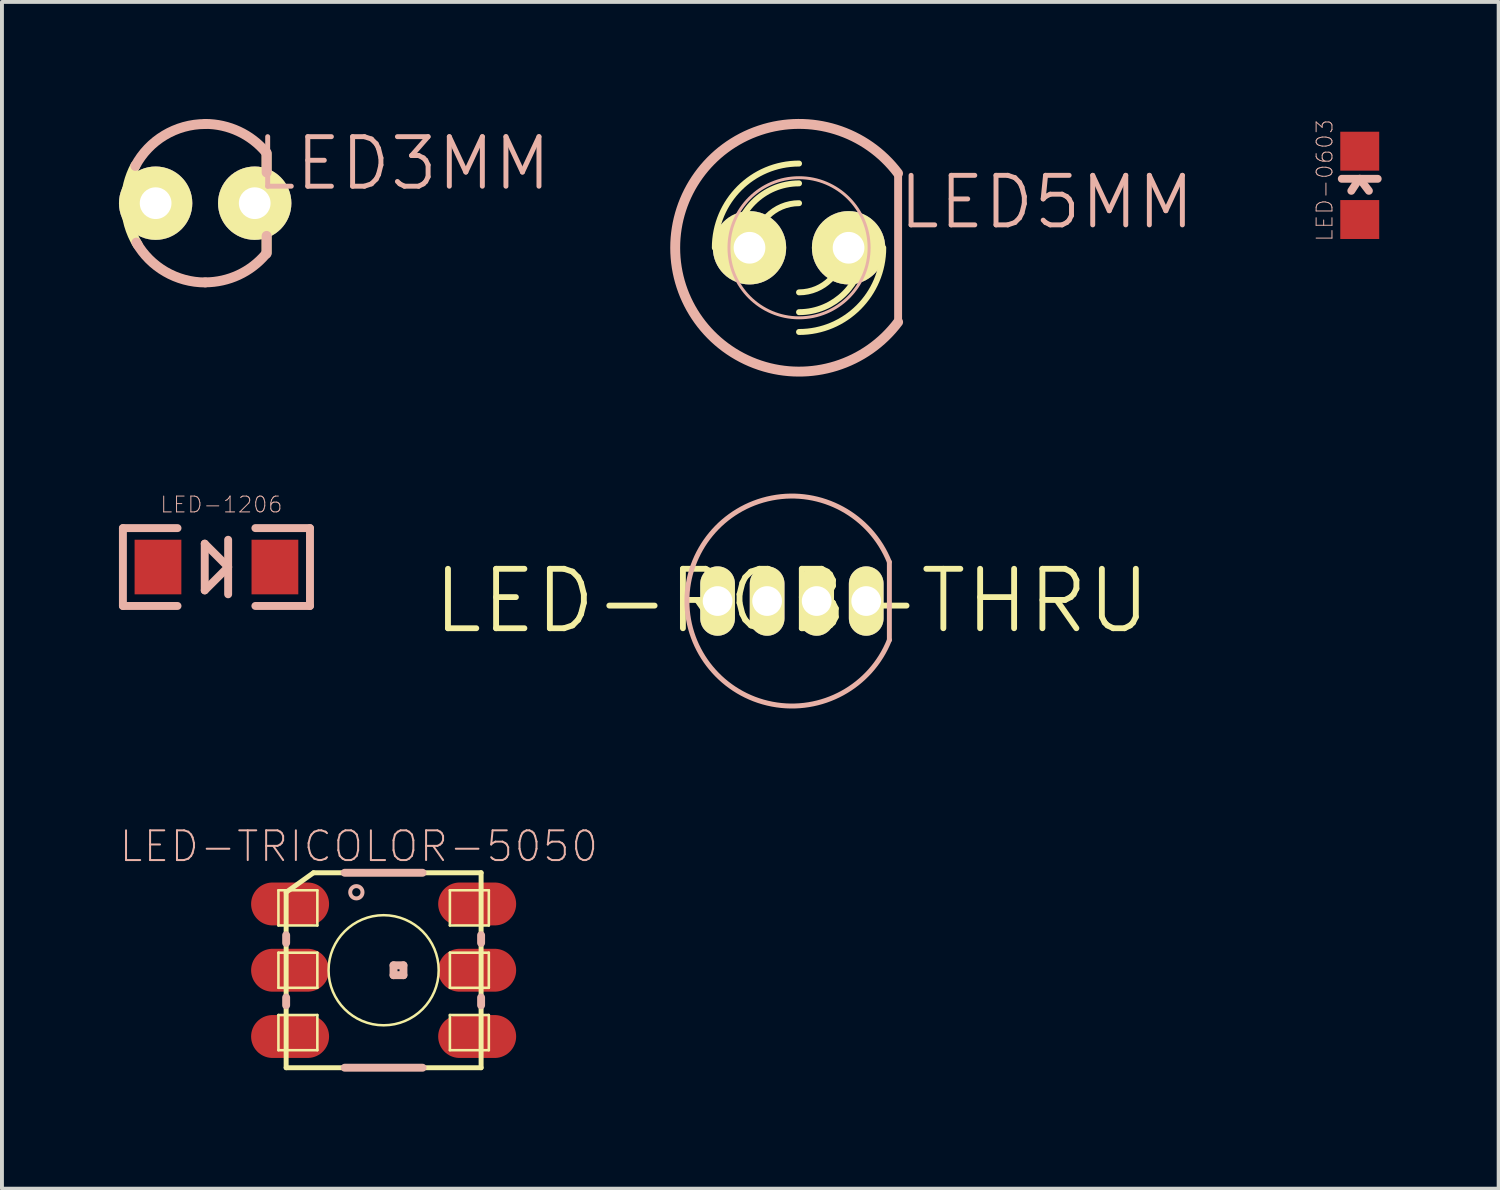
<source format=kicad_pcb>
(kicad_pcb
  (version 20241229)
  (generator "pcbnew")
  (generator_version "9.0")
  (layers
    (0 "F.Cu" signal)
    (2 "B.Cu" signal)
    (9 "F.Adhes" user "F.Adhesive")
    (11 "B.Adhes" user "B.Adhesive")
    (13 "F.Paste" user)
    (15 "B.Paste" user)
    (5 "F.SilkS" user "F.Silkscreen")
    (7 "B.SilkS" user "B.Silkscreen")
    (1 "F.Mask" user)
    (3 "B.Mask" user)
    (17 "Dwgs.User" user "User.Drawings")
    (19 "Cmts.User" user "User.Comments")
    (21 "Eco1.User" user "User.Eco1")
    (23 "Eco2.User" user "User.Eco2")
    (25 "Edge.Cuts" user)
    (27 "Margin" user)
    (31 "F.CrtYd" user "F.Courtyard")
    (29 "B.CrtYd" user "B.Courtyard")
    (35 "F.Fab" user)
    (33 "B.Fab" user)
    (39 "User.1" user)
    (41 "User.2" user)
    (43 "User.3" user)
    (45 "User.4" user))
  (footprint "LED-0603"
    (layer "F.Cu")
    (at 31.81 1.702)
    (property "Reference" "LED-0603" (at -0.899 -0.127 90) (layer "B.SilkS") (effects (font (size 0.406 0.406) (thickness 0.025))))
    (attr smd)
    (fp_line (start -0.46 -0.168) (end 0 -0.168) (stroke (width 0.203) (type solid)) (layer "B.SilkS"))
    (fp_line (start -0.025 -0.152) (end -0.216 0.14) (stroke (width 0.203) (type solid)) (layer "B.SilkS"))
    (fp_line (start 0 -0.168) (end 0.234 0.14) (stroke (width 0.203) (type solid)) (layer "B.SilkS"))
    (fp_line (start 0.46 -0.168) (end 0 -0.168) (stroke (width 0.203) (type solid)) (layer "B.SilkS"))
    (pad "A" smd rect (at 0 0.876) (size 0.998 0.998) (layers "F.Cu" "F.Mask" "F.Paste"))
    (pad "C" smd rect (at 0 -0.876) (size 0.998 0.998) (layers "F.Cu" "F.Mask" "F.Paste")))
  (footprint "LED3MM"
    (layer "F.Cu")
    (at 2.21 2.159)
    (property "Reference" "LED3MM" (at 5.08 -1.016 0) (layer "B.SilkS") (effects (font (size 1.27 1.27) (thickness 0.127))))
    (attr exclude_from_pos_files exclude_from_bom)
    (fp_line (start 1.575 1.27) (end 1.575 -1.27) (stroke (width 0.254) (type solid)) (layer "F.SilkS"))
    (fp_arc (start -2.032 0) (mid -1.970347 -0.496745) (end -1.78913 -0.963347) (stroke (width 0.254) (type solid)) (layer "F.SilkS"))
    (fp_arc (start -1.72974 1.06426) (mid -1.954164 0.553076) (end -2.030923 0.0001) (stroke (width 0.254) (type solid)) (layer "F.SilkS"))
    (fp_line (start 1.575 -1.293) (end 1.575 -0.787) (stroke (width 0.254) (type solid)) (layer "B.SilkS"))
    (fp_line (start 1.575 1.293) (end 1.575 0.838) (stroke (width 0.254) (type solid)) (layer "B.SilkS"))
    (fp_arc (start -1.7907 -0.95504) (mid -1.044567 -1.739997) (end -0.000975 -2.02946) (stroke (width 0.254) (type solid)) (layer "B.SilkS"))
    (fp_arc (start 0 -2.032) (mid 0.860367 -1.840867) (end 1.55888 -1.303426) (stroke (width 0.254) (type solid)) (layer "B.SilkS"))
    (fp_arc (start 0 2.032) (mid -1.01907 1.757988) (end -1.763299 1.009851) (stroke (width 0.254) (type solid)) (layer "B.SilkS"))
    (fp_arc (start 1.5494 1.31064) (mid 0.855154 1.840416) (end 0.002552 2.029387) (stroke (width 0.254) (type solid)) (layer "B.SilkS"))
    (pad "A" thru_hole circle (at -1.27 0) (size 1.88 1.88) (drill 0.813) (layers "*.Cu" "F.Mask" "F.SilkS" "F.Paste"))
    (pad "K" thru_hole circle (at 1.27 0) (size 1.88 1.88) (drill 0.813) (layers "*.Cu" "F.Mask" "F.SilkS" "F.Paste")))
  (footprint "LED5MM"
    (layer "F.Cu")
    (at 17.435 3.302)
    (property "Reference" "LED5MM" (at 6.35 -1.168 0) (layer "B.SilkS") (effects (font (size 1.27 1.27) (thickness 0.127))))
    (attr exclude_from_pos_files exclude_from_bom)
    (fp_arc (start -2.159 0) (mid -1.526644 -1.526644) (end 0 -2.159) (stroke (width 0.1524) (type solid)) (layer "F.SilkS"))
    (fp_arc (start -1.651 0) (mid -1.167433 -1.167433) (end 0 -1.651) (stroke (width 0.1524) (type solid)) (layer "F.SilkS"))
    (fp_arc (start -1.143 0) (mid -0.808223 -0.808223) (end 0 -1.143) (stroke (width 0.1524) (type solid)) (layer "F.SilkS"))
    (fp_arc (start 1.143 0) (mid 0.808223 0.808223) (end 0 1.143) (stroke (width 0.1524) (type solid)) (layer "F.SilkS"))
    (fp_arc (start 1.651 0) (mid 1.167433 1.167433) (end 0 1.651) (stroke (width 0.1524) (type solid)) (layer "F.SilkS"))
    (fp_arc (start 2.159 0) (mid 1.526644 1.526644) (end 0 2.159) (stroke (width 0.1524) (type solid)) (layer "F.SilkS"))
    (fp_line (start 2.54 1.905) (end 2.54 -1.905) (stroke (width 0.203) (type solid)) (layer "B.SilkS"))
    (fp_arc (start 2.54 1.905) (mid -3.175 0.001668) (end 2.537997 -1.907668) (stroke (width 0.254) (type solid)) (layer "B.SilkS"))
    (fp_circle (center 0 0) (end -1.27 1.27) (stroke (width 0.076) (type solid)) (fill no) (layer "B.SilkS"))
    (pad "A" thru_hole circle (at -1.27 0) (size 1.88 1.88) (drill 0.813) (layers "*.Cu" "F.Mask" "F.SilkS" "F.Paste"))
    (pad "K" thru_hole circle (at 1.27 0) (size 1.88 1.88) (drill 0.813) (layers "*.Cu" "F.Mask" "F.SilkS" "F.Paste")))
  (footprint "LED-1206"
    (layer "F.Cu")
    (at 2.499 11.487)
    (property "Reference" "LED-1206" (at 0.127 -1.6 0) (layer "B.SilkS") (effects (font (size 0.406 0.406) (thickness 0.025))))
    (attr smd)
    (fp_line (start -2.398 -0.998) (end -2.398 0.998) (stroke (width 0.203) (type solid)) (layer "B.SilkS"))
    (fp_line (start -2.398 0.998) (end -0.998 0.998) (stroke (width 0.203) (type solid)) (layer "B.SilkS"))
    (fp_line (start -0.998 -0.998) (end -2.398 -0.998) (stroke (width 0.203) (type solid)) (layer "B.SilkS"))
    (fp_line (start -0.3 -0.599) (end -0.3 0.599) (stroke (width 0.203) (type solid)) (layer "B.SilkS"))
    (fp_line (start -0.3 0.599) (end 0.3 0) (stroke (width 0.203) (type solid)) (layer "B.SilkS"))
    (fp_line (start 0.3 -0.699) (end 0.3 0) (stroke (width 0.203) (type solid)) (layer "B.SilkS"))
    (fp_line (start 0.3 0) (end -0.3 -0.599) (stroke (width 0.203) (type solid)) (layer "B.SilkS"))
    (fp_line (start 0.3 0) (end 0.3 0.699) (stroke (width 0.203) (type solid)) (layer "B.SilkS"))
    (fp_line (start 0.998 -0.998) (end 2.398 -0.998) (stroke (width 0.203) (type solid)) (layer "B.SilkS"))
    (fp_line (start 2.398 -0.998) (end 2.398 0.998) (stroke (width 0.203) (type solid)) (layer "B.SilkS"))
    (fp_line (start 2.398 0.998) (end 0.998 0.998) (stroke (width 0.203) (type solid)) (layer "B.SilkS"))
    (pad "A" smd rect (at -1.499 0) (size 1.199 1.4) (layers "F.Cu" "F.Mask" "F.Paste"))
    (pad "C" smd rect (at 1.499 0) (size 1.199 1.4) (layers "F.Cu" "F.Mask" "F.Paste")))
  (footprint "LED-RGB-THRU"
    (layer "F.Cu")
    (at 17.252 12.359)
    (property "Reference" "LED-RGB-THRU" (at 0 0 0) (layer "F.SilkS") (effects (font (size 1.524 1.524) (thickness 0.15))))
    (attr exclude_from_pos_files exclude_from_bom)
    (fp_line (start 2.499 0.998) (end 2.499 -0.998) (stroke (width 0.127) (type solid)) (layer "B.SilkS"))
    (fp_arc (start 2.49936 0.99822) (mid -2.691325 0.003698) (end 2.496608 -1.005084) (stroke (width 0.127) (type solid)) (layer "B.SilkS"))
    (pad "1" thru_hole oval (at 1.905 0 180) (size 0.889 1.778) (drill 0.762) (layers "*.Cu" "F.Mask" "F.SilkS" "F.Paste"))
    (pad "2" thru_hole oval (at 0.635 0 180) (size 0.889 1.778) (drill 0.762) (layers "*.Cu" "F.Mask" "F.SilkS" "F.Paste"))
    (pad "3" thru_hole oval (at -0.635 0 180) (size 0.889 1.778) (drill 0.762) (layers "*.Cu" "F.Mask" "F.SilkS" "F.Paste"))
    (pad "4" thru_hole oval (at -1.905 0 180) (size 0.889 1.778) (drill 0.762) (layers "*.Cu" "F.Mask" "F.SilkS" "F.Paste")))
  (footprint "LED-TRICOLOR-5050"
    (layer "F.Cu")
    (at 6.785 21.824)
    (property "Reference" "LED-TRICOLOR-5050" (at -0.635 -3.175 0) (layer "B.SilkS") (effects (font (size 0.762 0.762) (thickness 0.051))))
    (attr smd)
    (fp_line (start -2.697 -2.05) (end -1.699 -2.05) (stroke (width 0.066) (type solid)) (layer "F.SilkS"))
    (fp_line (start -2.697 -1.148) (end -2.697 -2.05) (stroke (width 0.066) (type solid)) (layer "F.SilkS"))
    (fp_line (start -2.697 -1.148) (end -1.699 -1.148) (stroke (width 0.066) (type solid)) (layer "F.SilkS"))
    (fp_line (start -2.697 -0.45) (end -1.699 -0.45) (stroke (width 0.066) (type solid)) (layer "F.SilkS"))
    (fp_line (start -2.697 0.45) (end -2.697 -0.45) (stroke (width 0.066) (type solid)) (layer "F.SilkS"))
    (fp_line (start -2.697 0.45) (end -1.699 0.45) (stroke (width 0.066) (type solid)) (layer "F.SilkS"))
    (fp_line (start -2.697 1.148) (end -1.699 1.148) (stroke (width 0.066) (type solid)) (layer "F.SilkS"))
    (fp_line (start -2.697 2.05) (end -2.697 1.148) (stroke (width 0.066) (type solid)) (layer "F.SilkS"))
    (fp_line (start -2.697 2.05) (end -1.699 2.05) (stroke (width 0.066) (type solid)) (layer "F.SilkS"))
    (fp_line (start -2.499 -1.999) (end -1.798 -2.499) (stroke (width 0.127) (type solid)) (layer "F.SilkS"))
    (fp_line (start -2.499 2.499) (end -2.499 -1.999) (stroke (width 0.127) (type solid)) (layer "F.SilkS"))
    (fp_line (start -1.798 -2.499) (end 2.499 -2.499) (stroke (width 0.127) (type solid)) (layer "F.SilkS"))
    (fp_line (start -1.699 -1.148) (end -1.699 -2.05) (stroke (width 0.066) (type solid)) (layer "F.SilkS"))
    (fp_line (start -1.699 0.45) (end -1.699 -0.45) (stroke (width 0.066) (type solid)) (layer "F.SilkS"))
    (fp_line (start -1.699 2.05) (end -1.699 1.148) (stroke (width 0.066) (type solid)) (layer "F.SilkS"))
    (fp_line (start 1.699 -2.05) (end 2.697 -2.05) (stroke (width 0.066) (type solid)) (layer "F.SilkS"))
    (fp_line (start 1.699 -1.148) (end 1.699 -2.05) (stroke (width 0.066) (type solid)) (layer "F.SilkS"))
    (fp_line (start 1.699 -1.148) (end 2.697 -1.148) (stroke (width 0.066) (type solid)) (layer "F.SilkS"))
    (fp_line (start 1.699 -0.45) (end 2.697 -0.45) (stroke (width 0.066) (type solid)) (layer "F.SilkS"))
    (fp_line (start 1.699 0.45) (end 1.699 -0.45) (stroke (width 0.066) (type solid)) (layer "F.SilkS"))
    (fp_line (start 1.699 0.45) (end 2.697 0.45) (stroke (width 0.066) (type solid)) (layer "F.SilkS"))
    (fp_line (start 1.699 1.148) (end 2.697 1.148) (stroke (width 0.066) (type solid)) (layer "F.SilkS"))
    (fp_line (start 1.699 2.05) (end 1.699 1.148) (stroke (width 0.066) (type solid)) (layer "F.SilkS"))
    (fp_line (start 1.699 2.05) (end 2.697 2.05) (stroke (width 0.066) (type solid)) (layer "F.SilkS"))
    (fp_line (start 2.499 -2.499) (end 2.499 2.499) (stroke (width 0.127) (type solid)) (layer "F.SilkS"))
    (fp_line (start 2.499 2.499) (end -2.499 2.499) (stroke (width 0.127) (type solid)) (layer "F.SilkS"))
    (fp_line (start 2.697 -1.148) (end 2.697 -2.05) (stroke (width 0.066) (type solid)) (layer "F.SilkS"))
    (fp_line (start 2.697 0.45) (end 2.697 -0.45) (stroke (width 0.066) (type solid)) (layer "F.SilkS"))
    (fp_line (start 2.697 2.05) (end 2.697 1.148) (stroke (width 0.066) (type solid)) (layer "F.SilkS"))
    (fp_circle (center 0 0) (end -0.998 0.998) (stroke (width 0.064) (type solid)) (fill no) (layer "F.SilkS"))
    (fp_line (start -2.499 -0.699) (end -2.499 -0.899) (stroke (width 0.203) (type solid)) (layer "B.SilkS"))
    (fp_line (start -2.499 0.899) (end -2.499 0.699) (stroke (width 0.203) (type solid)) (layer "B.SilkS"))
    (fp_line (start -0.998 -2.499) (end 0.998 -2.499) (stroke (width 0.203) (type solid)) (layer "B.SilkS"))
    (fp_line (start -0.998 2.499) (end 0.998 2.499) (stroke (width 0.203) (type solid)) (layer "B.SilkS"))
    (fp_line (start 0.254 -0.127) (end 0.508 -0.127) (stroke (width 0.203) (type solid)) (layer "B.SilkS"))
    (fp_line (start 0.254 0.127) (end 0.254 -0.127) (stroke (width 0.203) (type solid)) (layer "B.SilkS"))
    (fp_line (start 0.508 -0.127) (end 0.508 0.127) (stroke (width 0.203) (type solid)) (layer "B.SilkS"))
    (fp_line (start 0.508 0.127) (end 0.254 0.127) (stroke (width 0.203) (type solid)) (layer "B.SilkS"))
    (fp_line (start 2.499 -0.699) (end 2.499 -0.899) (stroke (width 0.203) (type solid)) (layer "B.SilkS"))
    (fp_line (start 2.499 0.899) (end 2.499 0.699) (stroke (width 0.203) (type solid)) (layer "B.SilkS"))
    (fp_circle (center -0.699 -1.999) (end -0.81 -2.111) (stroke (width 0.102) (type solid)) (fill no) (layer "B.SilkS"))
    (pad "1" smd oval (at -2.398 -1.699) (size 1.999 1.1) (layers "F.Cu" "F.Mask" "F.Paste"))
    (pad "2" smd oval (at -2.398 0) (size 1.999 1.1) (layers "F.Cu" "F.Mask" "F.Paste"))
    (pad "3" smd oval (at -2.398 1.699) (size 1.999 1.1) (layers "F.Cu" "F.Mask" "F.Paste"))
    (pad "4" smd oval (at 2.398 1.699) (size 1.999 1.1) (layers "F.Cu" "F.Mask" "F.Paste"))
    (pad "5" smd oval (at 2.398 0) (size 1.999 1.1) (layers "F.Cu" "F.Mask" "F.Paste"))
    (pad "6" smd oval (at 2.398 -1.699) (size 1.999 1.1) (layers "F.Cu" "F.Mask" "F.Paste")))
  (gr_rect
    (start -3 -3)
    (end 35.371 27.425)
    (stroke (width 0.1) (type default))
    (fill no)
    (layer "Edge.Cuts")))
</source>
